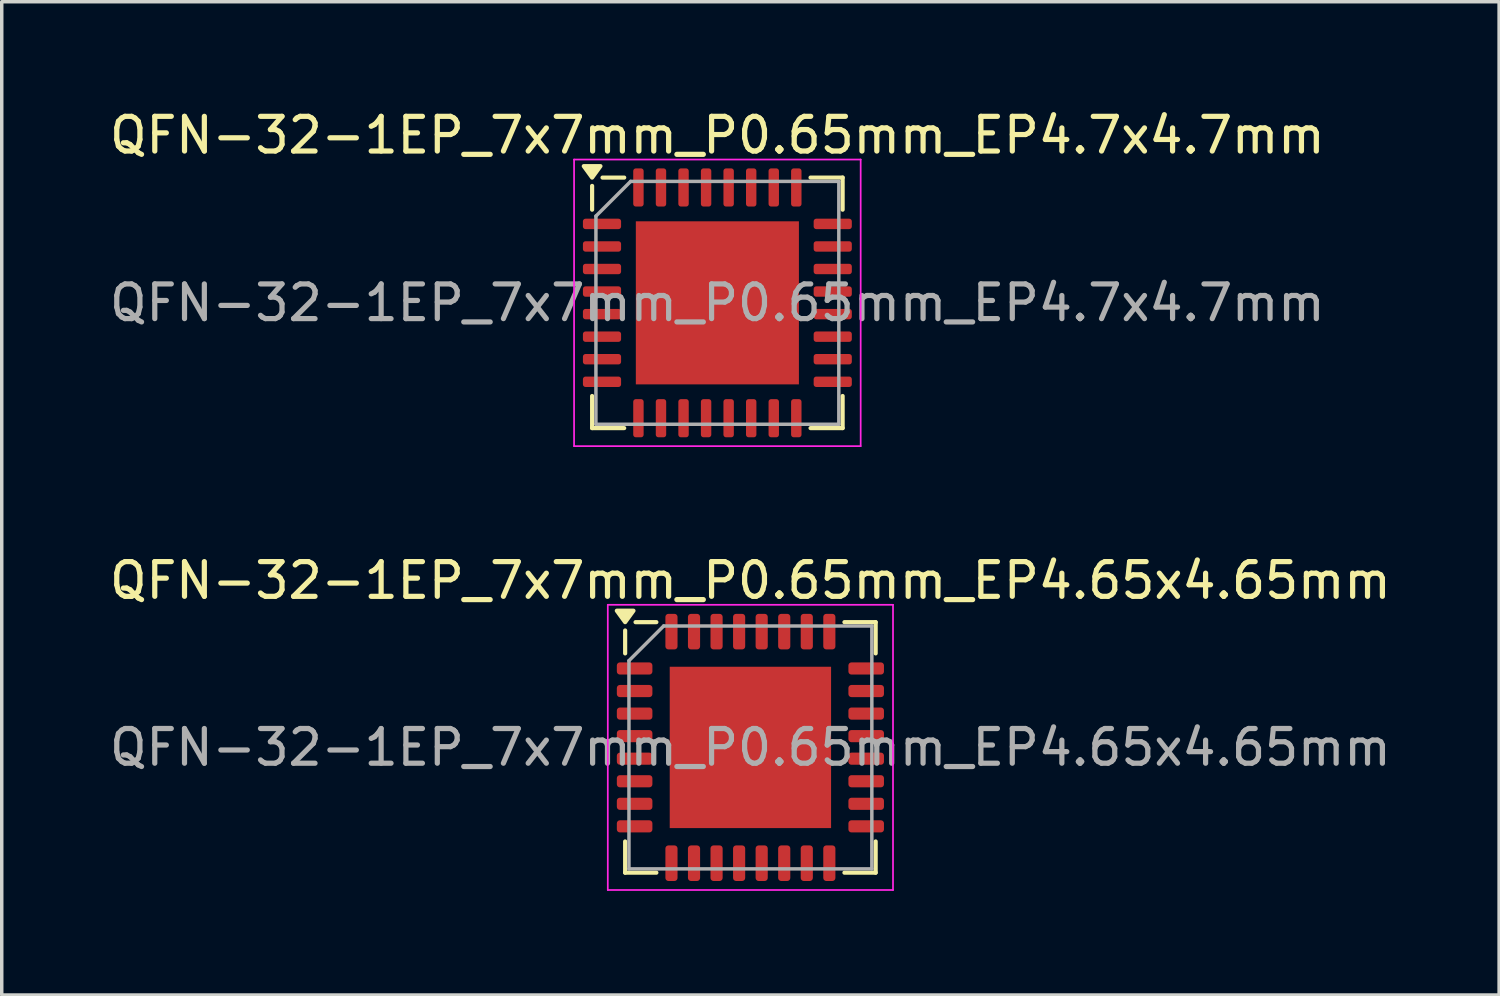
<source format=kicad_pcb>
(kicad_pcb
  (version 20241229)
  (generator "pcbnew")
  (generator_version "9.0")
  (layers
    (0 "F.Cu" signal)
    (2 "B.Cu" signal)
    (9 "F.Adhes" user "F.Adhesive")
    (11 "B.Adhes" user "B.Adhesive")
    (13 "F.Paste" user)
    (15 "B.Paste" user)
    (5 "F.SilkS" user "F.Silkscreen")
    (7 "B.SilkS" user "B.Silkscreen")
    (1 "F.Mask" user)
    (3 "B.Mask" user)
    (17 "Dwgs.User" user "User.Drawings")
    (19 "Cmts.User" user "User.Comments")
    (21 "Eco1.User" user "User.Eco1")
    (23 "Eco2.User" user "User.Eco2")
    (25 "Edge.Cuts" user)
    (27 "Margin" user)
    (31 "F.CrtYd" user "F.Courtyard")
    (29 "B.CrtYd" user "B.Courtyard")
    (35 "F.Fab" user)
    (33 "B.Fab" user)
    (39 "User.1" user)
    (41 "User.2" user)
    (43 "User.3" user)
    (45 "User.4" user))
  (footprint "QFN-32-1EP_7x7mm_P0.65mm_EP4.7x4.7mm"
    (layer "F.Cu")
    (at 17.625 5.678)
    (property "Reference" "QFN-32-1EP_7x7mm_P0.65mm_EP4.7x4.7mm" (at 0 -4.83 0) (layer "F.SilkS") (effects (font (size 1 1) (thickness 0.15))))
    (attr smd)
    (fp_line (start -3.61 -2.685) (end -3.61 -3.37) (stroke (width 0.12) (type solid)) (layer "F.SilkS"))
    (fp_line (start -3.61 3.61) (end -3.61 2.685) (stroke (width 0.12) (type solid)) (layer "F.SilkS"))
    (fp_line (start -2.685 -3.61) (end -3.31 -3.61) (stroke (width 0.12) (type solid)) (layer "F.SilkS"))
    (fp_line (start -2.685 3.61) (end -3.61 3.61) (stroke (width 0.12) (type solid)) (layer "F.SilkS"))
    (fp_line (start 2.685 -3.61) (end 3.61 -3.61) (stroke (width 0.12) (type solid)) (layer "F.SilkS"))
    (fp_line (start 2.685 3.61) (end 3.61 3.61) (stroke (width 0.12) (type solid)) (layer "F.SilkS"))
    (fp_line (start 3.61 -3.61) (end 3.61 -2.685) (stroke (width 0.12) (type solid)) (layer "F.SilkS"))
    (fp_line (start 3.61 3.61) (end 3.61 2.685) (stroke (width 0.12) (type solid)) (layer "F.SilkS"))
    (fp_poly (pts (xy -3.61 -3.61) (xy -3.85 -3.94) (xy -3.37 -3.94) (xy -3.61 -3.61)) (stroke (width 0.12) (type solid)) (fill yes) (layer "F.SilkS"))
    (fp_line (start -4.13 -4.13) (end -4.13 4.13) (stroke (width 0.05) (type solid)) (layer "F.CrtYd"))
    (fp_line (start -4.13 4.13) (end 4.13 4.13) (stroke (width 0.05) (type solid)) (layer "F.CrtYd"))
    (fp_line (start 4.13 -4.13) (end -4.13 -4.13) (stroke (width 0.05) (type solid)) (layer "F.CrtYd"))
    (fp_line (start 4.13 4.13) (end 4.13 -4.13) (stroke (width 0.05) (type solid)) (layer "F.CrtYd"))
    (fp_line (start -3.5 -2.5) (end -2.5 -3.5) (stroke (width 0.1) (type solid)) (layer "F.Fab"))
    (fp_line (start -3.5 3.5) (end -3.5 -2.5) (stroke (width 0.1) (type solid)) (layer "F.Fab"))
    (fp_line (start -2.5 -3.5) (end 3.5 -3.5) (stroke (width 0.1) (type solid)) (layer "F.Fab"))
    (fp_line (start 3.5 -3.5) (end 3.5 3.5) (stroke (width 0.1) (type solid)) (layer "F.Fab"))
    (fp_line (start 3.5 3.5) (end -3.5 3.5) (stroke (width 0.1) (type solid)) (layer "F.Fab"))
    (fp_text user "${REFERENCE}" (at 0 0 0) (layer "F.Fab") (effects (font (size 1 1) (thickness 0.15))))
    (pad "" smd roundrect (at -1.77 -1.77) (size 0.95 0.95) (layers "F.Paste") (roundrect_rratio 0.25))
    (pad "" smd roundrect (at -1.77 -0.59) (size 0.95 0.95) (layers "F.Paste") (roundrect_rratio 0.25))
    (pad "" smd roundrect (at -1.77 0.59) (size 0.95 0.95) (layers "F.Paste") (roundrect_rratio 0.25))
    (pad "" smd roundrect (at -1.77 1.77) (size 0.95 0.95) (layers "F.Paste") (roundrect_rratio 0.25))
    (pad "" smd roundrect (at -0.59 -1.77) (size 0.95 0.95) (layers "F.Paste") (roundrect_rratio 0.25))
    (pad "" smd roundrect (at -0.59 -0.59) (size 0.95 0.95) (layers "F.Paste") (roundrect_rratio 0.25))
    (pad "" smd roundrect (at -0.59 0.59) (size 0.95 0.95) (layers "F.Paste") (roundrect_rratio 0.25))
    (pad "" smd roundrect (at -0.59 1.77) (size 0.95 0.95) (layers "F.Paste") (roundrect_rratio 0.25))
    (pad "" smd roundrect (at 0.59 -1.77) (size 0.95 0.95) (layers "F.Paste") (roundrect_rratio 0.25))
    (pad "" smd roundrect (at 0.59 -0.59) (size 0.95 0.95) (layers "F.Paste") (roundrect_rratio 0.25))
    (pad "" smd roundrect (at 0.59 0.59) (size 0.95 0.95) (layers "F.Paste") (roundrect_rratio 0.25))
    (pad "" smd roundrect (at 0.59 1.77) (size 0.95 0.95) (layers "F.Paste") (roundrect_rratio 0.25))
    (pad "" smd roundrect (at 1.77 -1.77) (size 0.95 0.95) (layers "F.Paste") (roundrect_rratio 0.25))
    (pad "" smd roundrect (at 1.77 -0.59) (size 0.95 0.95) (layers "F.Paste") (roundrect_rratio 0.25))
    (pad "" smd roundrect (at 1.77 0.59) (size 0.95 0.95) (layers "F.Paste") (roundrect_rratio 0.25))
    (pad "" smd roundrect (at 1.77 1.77) (size 0.95 0.95) (layers "F.Paste") (roundrect_rratio 0.25))
    (pad "1" smd roundrect (at -3.325 -2.275) (size 1.1 0.3) (layers "F.Cu" "F.Mask" "F.Paste") (roundrect_rratio 0.25))
    (pad "2" smd roundrect (at -3.325 -1.625) (size 1.1 0.3) (layers "F.Cu" "F.Mask" "F.Paste") (roundrect_rratio 0.25))
    (pad "3" smd roundrect (at -3.325 -0.975) (size 1.1 0.3) (layers "F.Cu" "F.Mask" "F.Paste") (roundrect_rratio 0.25))
    (pad "4" smd roundrect (at -3.325 -0.325) (size 1.1 0.3) (layers "F.Cu" "F.Mask" "F.Paste") (roundrect_rratio 0.25))
    (pad "5" smd roundrect (at -3.325 0.325) (size 1.1 0.3) (layers "F.Cu" "F.Mask" "F.Paste") (roundrect_rratio 0.25))
    (pad "6" smd roundrect (at -3.325 0.975) (size 1.1 0.3) (layers "F.Cu" "F.Mask" "F.Paste") (roundrect_rratio 0.25))
    (pad "7" smd roundrect (at -3.325 1.625) (size 1.1 0.3) (layers "F.Cu" "F.Mask" "F.Paste") (roundrect_rratio 0.25))
    (pad "8" smd roundrect (at -3.325 2.275) (size 1.1 0.3) (layers "F.Cu" "F.Mask" "F.Paste") (roundrect_rratio 0.25))
    (pad "9" smd roundrect (at -2.275 3.325) (size 0.3 1.1) (layers "F.Cu" "F.Mask" "F.Paste") (roundrect_rratio 0.25))
    (pad "10" smd roundrect (at -1.625 3.325) (size 0.3 1.1) (layers "F.Cu" "F.Mask" "F.Paste") (roundrect_rratio 0.25))
    (pad "11" smd roundrect (at -0.975 3.325) (size 0.3 1.1) (layers "F.Cu" "F.Mask" "F.Paste") (roundrect_rratio 0.25))
    (pad "12" smd roundrect (at -0.325 3.325) (size 0.3 1.1) (layers "F.Cu" "F.Mask" "F.Paste") (roundrect_rratio 0.25))
    (pad "13" smd roundrect (at 0.325 3.325) (size 0.3 1.1) (layers "F.Cu" "F.Mask" "F.Paste") (roundrect_rratio 0.25))
    (pad "14" smd roundrect (at 0.975 3.325) (size 0.3 1.1) (layers "F.Cu" "F.Mask" "F.Paste") (roundrect_rratio 0.25))
    (pad "15" smd roundrect (at 1.625 3.325) (size 0.3 1.1) (layers "F.Cu" "F.Mask" "F.Paste") (roundrect_rratio 0.25))
    (pad "16" smd roundrect (at 2.275 3.325) (size 0.3 1.1) (layers "F.Cu" "F.Mask" "F.Paste") (roundrect_rratio 0.25))
    (pad "17" smd roundrect (at 3.325 2.275) (size 1.1 0.3) (layers "F.Cu" "F.Mask" "F.Paste") (roundrect_rratio 0.25))
    (pad "18" smd roundrect (at 3.325 1.625) (size 1.1 0.3) (layers "F.Cu" "F.Mask" "F.Paste") (roundrect_rratio 0.25))
    (pad "19" smd roundrect (at 3.325 0.975) (size 1.1 0.3) (layers "F.Cu" "F.Mask" "F.Paste") (roundrect_rratio 0.25))
    (pad "20" smd roundrect (at 3.325 0.325) (size 1.1 0.3) (layers "F.Cu" "F.Mask" "F.Paste") (roundrect_rratio 0.25))
    (pad "21" smd roundrect (at 3.325 -0.325) (size 1.1 0.3) (layers "F.Cu" "F.Mask" "F.Paste") (roundrect_rratio 0.25))
    (pad "22" smd roundrect (at 3.325 -0.975) (size 1.1 0.3) (layers "F.Cu" "F.Mask" "F.Paste") (roundrect_rratio 0.25))
    (pad "23" smd roundrect (at 3.325 -1.625) (size 1.1 0.3) (layers "F.Cu" "F.Mask" "F.Paste") (roundrect_rratio 0.25))
    (pad "24" smd roundrect (at 3.325 -2.275) (size 1.1 0.3) (layers "F.Cu" "F.Mask" "F.Paste") (roundrect_rratio 0.25))
    (pad "25" smd roundrect (at 2.275 -3.325) (size 0.3 1.1) (layers "F.Cu" "F.Mask" "F.Paste") (roundrect_rratio 0.25))
    (pad "26" smd roundrect (at 1.625 -3.325) (size 0.3 1.1) (layers "F.Cu" "F.Mask" "F.Paste") (roundrect_rratio 0.25))
    (pad "27" smd roundrect (at 0.975 -3.325) (size 0.3 1.1) (layers "F.Cu" "F.Mask" "F.Paste") (roundrect_rratio 0.25))
    (pad "28" smd roundrect (at 0.325 -3.325) (size 0.3 1.1) (layers "F.Cu" "F.Mask" "F.Paste") (roundrect_rratio 0.25))
    (pad "29" smd roundrect (at -0.325 -3.325) (size 0.3 1.1) (layers "F.Cu" "F.Mask" "F.Paste") (roundrect_rratio 0.25))
    (pad "30" smd roundrect (at -0.975 -3.325) (size 0.3 1.1) (layers "F.Cu" "F.Mask" "F.Paste") (roundrect_rratio 0.25))
    (pad "31" smd roundrect (at -1.625 -3.325) (size 0.3 1.1) (layers "F.Cu" "F.Mask" "F.Paste") (roundrect_rratio 0.25))
    (pad "32" smd roundrect (at -2.275 -3.325) (size 0.3 1.1) (layers "F.Cu" "F.Mask" "F.Paste") (roundrect_rratio 0.25))
    (pad "33" smd rect (at 0 0) (size 4.7 4.7) (property pad_prop_heatsink) (layers "F.Cu" "F.Mask")))
  (footprint "QFN-32-1EP_7x7mm_P0.65mm_EP4.65x4.65mm"
    (layer "F.Cu")
    (at 18.577 18.491)
    (property "Reference" "QFN-32-1EP_7x7mm_P0.65mm_EP4.65x4.65mm" (at 0 -4.81 0) (layer "F.SilkS") (effects (font (size 1 1) (thickness 0.15))))
    (attr smd)
    (fp_line (start -3.61 -2.71) (end -3.61 -3.37) (stroke (width 0.12) (type solid)) (layer "F.SilkS"))
    (fp_line (start -3.61 3.61) (end -3.61 2.71) (stroke (width 0.12) (type solid)) (layer "F.SilkS"))
    (fp_line (start -2.71 -3.61) (end -3.31 -3.61) (stroke (width 0.12) (type solid)) (layer "F.SilkS"))
    (fp_line (start -2.71 3.61) (end -3.61 3.61) (stroke (width 0.12) (type solid)) (layer "F.SilkS"))
    (fp_line (start 2.71 -3.61) (end 3.61 -3.61) (stroke (width 0.12) (type solid)) (layer "F.SilkS"))
    (fp_line (start 2.71 3.61) (end 3.61 3.61) (stroke (width 0.12) (type solid)) (layer "F.SilkS"))
    (fp_line (start 3.61 -3.61) (end 3.61 -2.71) (stroke (width 0.12) (type solid)) (layer "F.SilkS"))
    (fp_line (start 3.61 3.61) (end 3.61 2.71) (stroke (width 0.12) (type solid)) (layer "F.SilkS"))
    (fp_poly (pts (xy -3.61 -3.61) (xy -3.85 -3.94) (xy -3.37 -3.94) (xy -3.61 -3.61)) (stroke (width 0.12) (type solid)) (fill yes) (layer "F.SilkS"))
    (fp_line (start -4.11 -4.11) (end -4.11 4.11) (stroke (width 0.05) (type solid)) (layer "F.CrtYd"))
    (fp_line (start -4.11 4.11) (end 4.11 4.11) (stroke (width 0.05) (type solid)) (layer "F.CrtYd"))
    (fp_line (start 4.11 -4.11) (end -4.11 -4.11) (stroke (width 0.05) (type solid)) (layer "F.CrtYd"))
    (fp_line (start 4.11 4.11) (end 4.11 -4.11) (stroke (width 0.05) (type solid)) (layer "F.CrtYd"))
    (fp_line (start -3.5 -2.5) (end -2.5 -3.5) (stroke (width 0.1) (type solid)) (layer "F.Fab"))
    (fp_line (start -3.5 3.5) (end -3.5 -2.5) (stroke (width 0.1) (type solid)) (layer "F.Fab"))
    (fp_line (start -2.5 -3.5) (end 3.5 -3.5) (stroke (width 0.1) (type solid)) (layer "F.Fab"))
    (fp_line (start 3.5 -3.5) (end 3.5 3.5) (stroke (width 0.1) (type solid)) (layer "F.Fab"))
    (fp_line (start 3.5 3.5) (end -3.5 3.5) (stroke (width 0.1) (type solid)) (layer "F.Fab"))
    (fp_text user "${REFERENCE}" (at 0 0 0) (layer "F.Fab") (effects (font (size 1 1) (thickness 0.15))))
    (pad "" smd roundrect (at -1.74 -1.74) (size 0.94 0.94) (layers "F.Paste") (roundrect_rratio 0.25))
    (pad "" smd roundrect (at -1.74 -0.58) (size 0.94 0.94) (layers "F.Paste") (roundrect_rratio 0.25))
    (pad "" smd roundrect (at -1.74 0.58) (size 0.94 0.94) (layers "F.Paste") (roundrect_rratio 0.25))
    (pad "" smd roundrect (at -1.74 1.74) (size 0.94 0.94) (layers "F.Paste") (roundrect_rratio 0.25))
    (pad "" smd roundrect (at -0.58 -1.74) (size 0.94 0.94) (layers "F.Paste") (roundrect_rratio 0.25))
    (pad "" smd roundrect (at -0.58 -0.58) (size 0.94 0.94) (layers "F.Paste") (roundrect_rratio 0.25))
    (pad "" smd roundrect (at -0.58 0.58) (size 0.94 0.94) (layers "F.Paste") (roundrect_rratio 0.25))
    (pad "" smd roundrect (at -0.58 1.74) (size 0.94 0.94) (layers "F.Paste") (roundrect_rratio 0.25))
    (pad "" smd roundrect (at 0.58 -1.74) (size 0.94 0.94) (layers "F.Paste") (roundrect_rratio 0.25))
    (pad "" smd roundrect (at 0.58 -0.58) (size 0.94 0.94) (layers "F.Paste") (roundrect_rratio 0.25))
    (pad "" smd roundrect (at 0.58 0.58) (size 0.94 0.94) (layers "F.Paste") (roundrect_rratio 0.25))
    (pad "" smd roundrect (at 0.58 1.74) (size 0.94 0.94) (layers "F.Paste") (roundrect_rratio 0.25))
    (pad "" smd roundrect (at 1.74 -1.74) (size 0.94 0.94) (layers "F.Paste") (roundrect_rratio 0.25))
    (pad "" smd roundrect (at 1.74 -0.58) (size 0.94 0.94) (layers "F.Paste") (roundrect_rratio 0.25))
    (pad "" smd roundrect (at 1.74 0.58) (size 0.94 0.94) (layers "F.Paste") (roundrect_rratio 0.25))
    (pad "" smd roundrect (at 1.74 1.74) (size 0.94 0.94) (layers "F.Paste") (roundrect_rratio 0.25))
    (pad "1" smd roundrect (at -3.337 -2.275) (size 1.025 0.35) (layers "F.Cu" "F.Mask" "F.Paste") (roundrect_rratio 0.25))
    (pad "2" smd roundrect (at -3.337 -1.625) (size 1.025 0.35) (layers "F.Cu" "F.Mask" "F.Paste") (roundrect_rratio 0.25))
    (pad "3" smd roundrect (at -3.337 -0.975) (size 1.025 0.35) (layers "F.Cu" "F.Mask" "F.Paste") (roundrect_rratio 0.25))
    (pad "4" smd roundrect (at -3.337 -0.325) (size 1.025 0.35) (layers "F.Cu" "F.Mask" "F.Paste") (roundrect_rratio 0.25))
    (pad "5" smd roundrect (at -3.337 0.325) (size 1.025 0.35) (layers "F.Cu" "F.Mask" "F.Paste") (roundrect_rratio 0.25))
    (pad "6" smd roundrect (at -3.337 0.975) (size 1.025 0.35) (layers "F.Cu" "F.Mask" "F.Paste") (roundrect_rratio 0.25))
    (pad "7" smd roundrect (at -3.337 1.625) (size 1.025 0.35) (layers "F.Cu" "F.Mask" "F.Paste") (roundrect_rratio 0.25))
    (pad "8" smd roundrect (at -3.337 2.275) (size 1.025 0.35) (layers "F.Cu" "F.Mask" "F.Paste") (roundrect_rratio 0.25))
    (pad "9" smd roundrect (at -2.275 3.337) (size 0.35 1.025) (layers "F.Cu" "F.Mask" "F.Paste") (roundrect_rratio 0.25))
    (pad "10" smd roundrect (at -1.625 3.337) (size 0.35 1.025) (layers "F.Cu" "F.Mask" "F.Paste") (roundrect_rratio 0.25))
    (pad "11" smd roundrect (at -0.975 3.337) (size 0.35 1.025) (layers "F.Cu" "F.Mask" "F.Paste") (roundrect_rratio 0.25))
    (pad "12" smd roundrect (at -0.325 3.337) (size 0.35 1.025) (layers "F.Cu" "F.Mask" "F.Paste") (roundrect_rratio 0.25))
    (pad "13" smd roundrect (at 0.325 3.337) (size 0.35 1.025) (layers "F.Cu" "F.Mask" "F.Paste") (roundrect_rratio 0.25))
    (pad "14" smd roundrect (at 0.975 3.337) (size 0.35 1.025) (layers "F.Cu" "F.Mask" "F.Paste") (roundrect_rratio 0.25))
    (pad "15" smd roundrect (at 1.625 3.337) (size 0.35 1.025) (layers "F.Cu" "F.Mask" "F.Paste") (roundrect_rratio 0.25))
    (pad "16" smd roundrect (at 2.275 3.337) (size 0.35 1.025) (layers "F.Cu" "F.Mask" "F.Paste") (roundrect_rratio 0.25))
    (pad "17" smd roundrect (at 3.337 2.275) (size 1.025 0.35) (layers "F.Cu" "F.Mask" "F.Paste") (roundrect_rratio 0.25))
    (pad "18" smd roundrect (at 3.337 1.625) (size 1.025 0.35) (layers "F.Cu" "F.Mask" "F.Paste") (roundrect_rratio 0.25))
    (pad "19" smd roundrect (at 3.337 0.975) (size 1.025 0.35) (layers "F.Cu" "F.Mask" "F.Paste") (roundrect_rratio 0.25))
    (pad "20" smd roundrect (at 3.337 0.325) (size 1.025 0.35) (layers "F.Cu" "F.Mask" "F.Paste") (roundrect_rratio 0.25))
    (pad "21" smd roundrect (at 3.337 -0.325) (size 1.025 0.35) (layers "F.Cu" "F.Mask" "F.Paste") (roundrect_rratio 0.25))
    (pad "22" smd roundrect (at 3.337 -0.975) (size 1.025 0.35) (layers "F.Cu" "F.Mask" "F.Paste") (roundrect_rratio 0.25))
    (pad "23" smd roundrect (at 3.337 -1.625) (size 1.025 0.35) (layers "F.Cu" "F.Mask" "F.Paste") (roundrect_rratio 0.25))
    (pad "24" smd roundrect (at 3.337 -2.275) (size 1.025 0.35) (layers "F.Cu" "F.Mask" "F.Paste") (roundrect_rratio 0.25))
    (pad "25" smd roundrect (at 2.275 -3.337) (size 0.35 1.025) (layers "F.Cu" "F.Mask" "F.Paste") (roundrect_rratio 0.25))
    (pad "26" smd roundrect (at 1.625 -3.337) (size 0.35 1.025) (layers "F.Cu" "F.Mask" "F.Paste") (roundrect_rratio 0.25))
    (pad "27" smd roundrect (at 0.975 -3.337) (size 0.35 1.025) (layers "F.Cu" "F.Mask" "F.Paste") (roundrect_rratio 0.25))
    (pad "28" smd roundrect (at 0.325 -3.337) (size 0.35 1.025) (layers "F.Cu" "F.Mask" "F.Paste") (roundrect_rratio 0.25))
    (pad "29" smd roundrect (at -0.325 -3.337) (size 0.35 1.025) (layers "F.Cu" "F.Mask" "F.Paste") (roundrect_rratio 0.25))
    (pad "30" smd roundrect (at -0.975 -3.337) (size 0.35 1.025) (layers "F.Cu" "F.Mask" "F.Paste") (roundrect_rratio 0.25))
    (pad "31" smd roundrect (at -1.625 -3.337) (size 0.35 1.025) (layers "F.Cu" "F.Mask" "F.Paste") (roundrect_rratio 0.25))
    (pad "32" smd roundrect (at -2.275 -3.337) (size 0.35 1.025) (layers "F.Cu" "F.Mask" "F.Paste") (roundrect_rratio 0.25))
    (pad "33" smd rect (at 0 0) (size 4.65 4.65) (property pad_prop_heatsink) (layers "F.Cu" "F.Mask")))
  (gr_rect
    (start -3 -3)
    (end 40.155 25.627)
    (stroke (width 0.1) (type default))
    (fill no)
    (layer "Edge.Cuts")))
</source>
